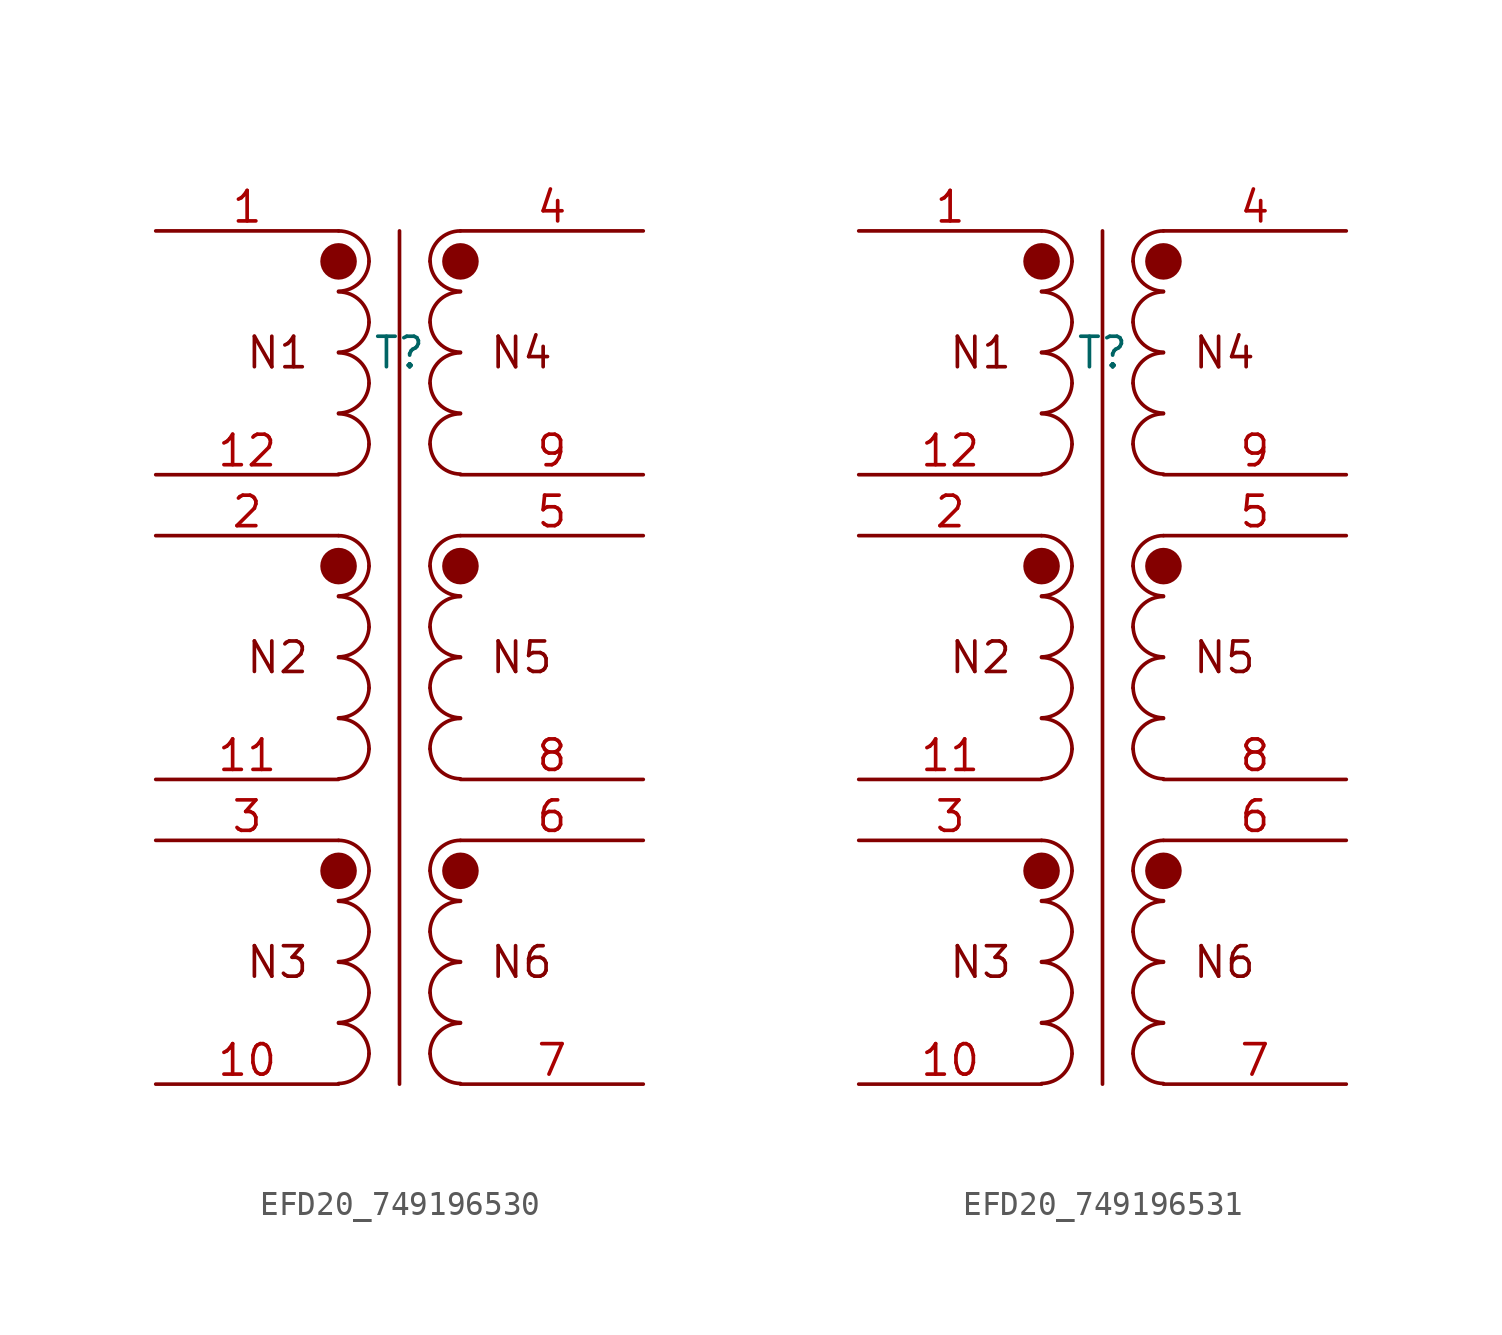
<source format=kicad_sym>
(kicad_symbol_lib
  (version 20220914)
  (generator kicad_symbol_editor)
  (symbol "EFD20_749196530"
    (pin_names hide)
    (property "Reference" "T"
      (at 0 12.7 0)
      (effects (font (size 1.27 1.27))))
    (property "Critical Parameter" ""
      (at 0 -5.08 0)
      (effects (font (size 1.27 1.27)) (justify left)))
    (symbol "EFD20_749196530_0_1"
      (arc (start -2.54 -17.7546) (mid -1.6561 -17.3863) (end -1.27 -16.51) (stroke (width 0) (type default)) (fill (type none)))
      (arc (start -2.54 -15.2146) (mid -1.6561 -14.8463) (end -1.27 -13.97) (stroke (width 0) (type default)) (fill (type none)))
      (arc (start -2.54 -12.6746) (mid -1.6561 -12.3063) (end -1.27 -11.43) (stroke (width 0) (type default)) (fill (type none)))
      (arc (start -2.54 -10.1346) (mid -1.6561 -9.7663) (end -1.27 -8.89) (stroke (width 0) (type default)) (fill (type none)))
      (arc (start -2.54 -5.0546) (mid -1.6561 -4.6863) (end -1.27 -3.81) (stroke (width 0) (type default)) (fill (type none)))
      (arc (start -2.54 -2.5146) (mid -1.6561 -2.1463) (end -1.27 -1.27) (stroke (width 0) (type default)) (fill (type none)))
      (arc (start -2.54 0.0254) (mid -1.6561 0.3937) (end -1.27 1.27) (stroke (width 0) (type default)) (fill (type none)))
      (arc (start -2.54 2.5654) (mid -1.6561 2.9337) (end -1.27 3.81) (stroke (width 0) (type default)) (fill (type none)))
      (arc (start -2.54 7.6454) (mid -1.6561 8.0137) (end -1.27 8.89) (stroke (width 0) (type default)) (fill (type none)))
      (arc (start -2.54 10.1854) (mid -1.6561 10.5537) (end -1.27 11.43) (stroke (width 0) (type default)) (fill (type none)))
      (arc (start -2.54 12.7254) (mid -1.6561 13.0937) (end -1.27 13.97) (stroke (width 0) (type default)) (fill (type none)))
      (arc (start -2.54 15.2654) (mid -1.6561 15.6337) (end -1.27 16.51) (stroke (width 0) (type default)) (fill (type none)))
      (arc (start -1.27 -16.51) (mid -1.642 -15.612) (end -2.54 -15.24) (stroke (width 0) (type default)) (fill (type none)))
      (arc (start -1.27 -13.97) (mid -1.642 -13.072) (end -2.54 -12.7) (stroke (width 0) (type default)) (fill (type none)))
      (arc (start -1.27 -11.43) (mid -1.642 -10.532) (end -2.54 -10.16) (stroke (width 0) (type default)) (fill (type none)))
      (arc (start -1.27 -8.89) (mid -1.642 -7.992) (end -2.54 -7.62) (stroke (width 0) (type default)) (fill (type none)))
      (arc (start -1.27 -3.81) (mid -1.642 -2.912) (end -2.54 -2.54) (stroke (width 0) (type default)) (fill (type none)))
      (arc (start -1.27 -1.27) (mid -1.642 -0.372) (end -2.54 0) (stroke (width 0) (type default)) (fill (type none)))
      (arc (start -1.27 1.27) (mid -1.642 2.168) (end -2.54 2.54) (stroke (width 0) (type default)) (fill (type none)))
      (arc (start -1.27 3.81) (mid -1.642 4.708) (end -2.54 5.08) (stroke (width 0) (type default)) (fill (type none)))
      (arc (start -1.27 8.89) (mid -1.642 9.788) (end -2.54 10.16) (stroke (width 0) (type default)) (fill (type none)))
      (arc (start -1.27 11.43) (mid -1.642 12.328) (end -2.54 12.7) (stroke (width 0) (type default)) (fill (type none)))
      (arc (start -1.27 13.97) (mid -1.642 14.868) (end -2.54 15.24) (stroke (width 0) (type default)) (fill (type none)))
      (arc (start -1.27 16.51) (mid -1.642 17.408) (end -2.54 17.78) (stroke (width 0) (type default)) (fill (type none)))
      (polyline (pts (xy 0 -17.78) (xy 0 17.78)) (stroke (width 0) (type default)) (fill (type none)))
      (arc (start 1.27 -16.51) (mid 1.6561 -17.3863) (end 2.54 -17.7546) (stroke (width 0) (type default)) (fill (type none)))
      (arc (start 1.27 -13.97) (mid 1.6561 -14.8463) (end 2.54 -15.2146) (stroke (width 0) (type default)) (fill (type none)))
      (arc (start 1.27 -11.43) (mid 1.6561 -12.3063) (end 2.54 -12.6746) (stroke (width 0) (type default)) (fill (type none)))
      (arc (start 1.27 -8.89) (mid 1.6561 -9.7663) (end 2.54 -10.1346) (stroke (width 0) (type default)) (fill (type none)))
      (arc (start 1.27 -3.81) (mid 1.6561 -4.6863) (end 2.54 -5.0546) (stroke (width 0) (type default)) (fill (type none)))
      (arc (start 1.27 -1.27) (mid 1.6561 -2.1463) (end 2.54 -2.5146) (stroke (width 0) (type default)) (fill (type none)))
      (arc (start 1.27 1.27) (mid 1.6561 0.3937) (end 2.54 0.0254) (stroke (width 0) (type default)) (fill (type none)))
      (arc (start 1.27 3.81) (mid 1.6561 2.9337) (end 2.54 2.5654) (stroke (width 0) (type default)) (fill (type none)))
      (arc (start 1.27 8.89) (mid 1.6561 8.0137) (end 2.54 7.6454) (stroke (width 0) (type default)) (fill (type none)))
      (arc (start 1.27 11.43) (mid 1.6561 10.5537) (end 2.54 10.1854) (stroke (width 0) (type default)) (fill (type none)))
      (arc (start 1.27 13.97) (mid 1.6561 13.0937) (end 2.54 12.7254) (stroke (width 0) (type default)) (fill (type none)))
      (arc (start 1.27 16.51) (mid 1.6561 15.6337) (end 2.54 15.2654) (stroke (width 0) (type default)) (fill (type none)))
      (arc (start 2.54 -15.24) (mid 1.642 -15.612) (end 1.27 -16.51) (stroke (width 0) (type default)) (fill (type none)))
      (arc (start 2.54 -12.7) (mid 1.642 -13.072) (end 1.27 -13.97) (stroke (width 0) (type default)) (fill (type none)))
      (arc (start 2.54 -10.16) (mid 1.642 -10.532) (end 1.27 -11.43) (stroke (width 0) (type default)) (fill (type none)))
      (arc (start 2.54 -7.62) (mid 1.642 -7.992) (end 1.27 -8.89) (stroke (width 0) (type default)) (fill (type none)))
      (arc (start 2.54 -2.54) (mid 1.642 -2.912) (end 1.27 -3.81) (stroke (width 0) (type default)) (fill (type none)))
      (arc (start 2.54 0) (mid 1.642 -0.372) (end 1.27 -1.27) (stroke (width 0) (type default)) (fill (type none)))
      (arc (start 2.54 2.54) (mid 1.642 2.168) (end 1.27 1.27) (stroke (width 0) (type default)) (fill (type none)))
      (arc (start 2.54 5.08) (mid 1.642 4.708) (end 1.27 3.81) (stroke (width 0) (type default)) (fill (type none)))
      (arc (start 2.54 10.16) (mid 1.642 9.788) (end 1.27 8.89) (stroke (width 0) (type default)) (fill (type none)))
      (arc (start 2.54 12.7) (mid 1.642 12.328) (end 1.27 11.43) (stroke (width 0) (type default)) (fill (type none)))
      (arc (start 2.54 15.24) (mid 1.642 14.868) (end 1.27 13.97) (stroke (width 0) (type default)) (fill (type none)))
      (arc (start 2.54 17.78) (mid 1.642 17.408) (end 1.27 16.51) (stroke (width 0) (type default)) (fill (type none))))
    (symbol "EFD20_749196530_1_1"
      (circle (center -2.54 -8.89) (radius 0.0001) (stroke (width 0.762) (type default)) (fill (type none)))
      (circle (center -2.54 3.81) (radius 0.0001) (stroke (width 0.762) (type default)) (fill (type none)))
      (circle (center -2.54 16.51) (radius 0.0001) (stroke (width 0.762) (type default)) (fill (type none)))
      (circle (center 2.54 -8.89) (radius 0.0001) (stroke (width 0.762) (type default)) (fill (type none)))
      (circle (center 2.54 3.81) (radius 0.0001) (stroke (width 0.762) (type default)) (fill (type none)))
      (circle (center 2.54 16.51) (radius 0.0001) (stroke (width 0.762) (type default)) (fill (type none)))
      (text "N1" (at -5.08 12.7 0) (effects (font (size 1.27 1.27))))
      (text "N2" (at -5.08 0 0) (effects (font (size 1.27 1.27))))
      (text "N3" (at -5.08 -12.7 0) (effects (font (size 1.27 1.27))))
      (text "N4" (at 5.08 12.7 0) (effects (font (size 1.27 1.27))))
      (text "N5" (at 5.08 0 0) (effects (font (size 1.27 1.27))))
      (text "N6" (at 5.08 -12.7 0) (effects (font (size 1.27 1.27))))
      (pin passive line (at -10.16 17.78 0) (length 7.62) (name "1" (effects (font (size 1.27 1.27)))) (number "1" (effects (font (size 1.27 1.27)))))
      (pin passive line (at -10.16 7.62 0) (length 7.62) (name "12" (effects (font (size 1.27 1.27)))) (number "12" (effects (font (size 1.27 1.27)))))
      (pin passive line (at -10.16 5.08 0) (length 7.62) (name "2" (effects (font (size 1.27 1.27)))) (number "2" (effects (font (size 1.27 1.27)))))
      (pin passive line (at -10.16 -5.08 0) (length 7.62) (name "11" (effects (font (size 1.27 1.27)))) (number "11" (effects (font (size 1.27 1.27)))))
      (pin passive line (at -10.16 -7.62 0) (length 7.62) (name "3" (effects (font (size 1.27 1.27)))) (number "3" (effects (font (size 1.27 1.27)))))
      (pin passive line (at -10.16 -17.78 0) (length 7.62) (name "10" (effects (font (size 1.27 1.27)))) (number "10" (effects (font (size 1.27 1.27)))))
      (pin passive line (at 10.16 -17.78 180) (length 7.62) (name "7" (effects (font (size 1.27 1.27)))) (number "7" (effects (font (size 1.27 1.27)))))
      (pin passive line (at 10.16 -7.62 180) (length 7.62) (name "6" (effects (font (size 1.27 1.27)))) (number "6" (effects (font (size 1.27 1.27)))))
      (pin passive line (at 10.16 -5.08 180) (length 7.62) (name "8" (effects (font (size 1.27 1.27)))) (number "8" (effects (font (size 1.27 1.27)))))
      (pin passive line (at 10.16 5.08 180) (length 7.62) (name "5" (effects (font (size 1.27 1.27)))) (number "5" (effects (font (size 1.27 1.27)))))
      (pin passive line (at 10.16 7.62 180) (length 7.62) (name "9" (effects (font (size 1.27 1.27)))) (number "9" (effects (font (size 1.27 1.27)))))
      (pin passive line (at 10.16 17.78 180) (length 7.62) (name "4" (effects (font (size 1.27 1.27)))) (number "4" (effects (font (size 1.27 1.27)))))))
  (symbol "EFD20_749196531"
    (pin_names hide)
    (property "Reference" "T"
      (at 0 12.7 0)
      (effects (font (size 1.27 1.27))))
    (property "Critical Parameter" ""
      (at 0 -5.08 0)
      (effects (font (size 1.27 1.27)) (justify left)))
    (symbol "EFD20_749196531_0_1"
      (arc (start -2.54 -17.7546) (mid -1.6561 -17.3863) (end -1.27 -16.51) (stroke (width 0) (type default)) (fill (type none)))
      (arc (start -2.54 -15.2146) (mid -1.6561 -14.8463) (end -1.27 -13.97) (stroke (width 0) (type default)) (fill (type none)))
      (arc (start -2.54 -12.6746) (mid -1.6561 -12.3063) (end -1.27 -11.43) (stroke (width 0) (type default)) (fill (type none)))
      (arc (start -2.54 -10.1346) (mid -1.6561 -9.7663) (end -1.27 -8.89) (stroke (width 0) (type default)) (fill (type none)))
      (arc (start -2.54 -5.0546) (mid -1.6561 -4.6863) (end -1.27 -3.81) (stroke (width 0) (type default)) (fill (type none)))
      (arc (start -2.54 -2.5146) (mid -1.6561 -2.1463) (end -1.27 -1.27) (stroke (width 0) (type default)) (fill (type none)))
      (arc (start -2.54 0.0254) (mid -1.6561 0.3937) (end -1.27 1.27) (stroke (width 0) (type default)) (fill (type none)))
      (arc (start -2.54 2.5654) (mid -1.6561 2.9337) (end -1.27 3.81) (stroke (width 0) (type default)) (fill (type none)))
      (arc (start -2.54 7.6454) (mid -1.6561 8.0137) (end -1.27 8.89) (stroke (width 0) (type default)) (fill (type none)))
      (arc (start -2.54 10.1854) (mid -1.6561 10.5537) (end -1.27 11.43) (stroke (width 0) (type default)) (fill (type none)))
      (arc (start -2.54 12.7254) (mid -1.6561 13.0937) (end -1.27 13.97) (stroke (width 0) (type default)) (fill (type none)))
      (arc (start -2.54 15.2654) (mid -1.6561 15.6337) (end -1.27 16.51) (stroke (width 0) (type default)) (fill (type none)))
      (arc (start -1.27 -16.51) (mid -1.642 -15.612) (end -2.54 -15.24) (stroke (width 0) (type default)) (fill (type none)))
      (arc (start -1.27 -13.97) (mid -1.642 -13.072) (end -2.54 -12.7) (stroke (width 0) (type default)) (fill (type none)))
      (arc (start -1.27 -11.43) (mid -1.642 -10.532) (end -2.54 -10.16) (stroke (width 0) (type default)) (fill (type none)))
      (arc (start -1.27 -8.89) (mid -1.642 -7.992) (end -2.54 -7.62) (stroke (width 0) (type default)) (fill (type none)))
      (arc (start -1.27 -3.81) (mid -1.642 -2.912) (end -2.54 -2.54) (stroke (width 0) (type default)) (fill (type none)))
      (arc (start -1.27 -1.27) (mid -1.642 -0.372) (end -2.54 0) (stroke (width 0) (type default)) (fill (type none)))
      (arc (start -1.27 1.27) (mid -1.642 2.168) (end -2.54 2.54) (stroke (width 0) (type default)) (fill (type none)))
      (arc (start -1.27 3.81) (mid -1.642 4.708) (end -2.54 5.08) (stroke (width 0) (type default)) (fill (type none)))
      (arc (start -1.27 8.89) (mid -1.642 9.788) (end -2.54 10.16) (stroke (width 0) (type default)) (fill (type none)))
      (arc (start -1.27 11.43) (mid -1.642 12.328) (end -2.54 12.7) (stroke (width 0) (type default)) (fill (type none)))
      (arc (start -1.27 13.97) (mid -1.642 14.868) (end -2.54 15.24) (stroke (width 0) (type default)) (fill (type none)))
      (arc (start -1.27 16.51) (mid -1.642 17.408) (end -2.54 17.78) (stroke (width 0) (type default)) (fill (type none)))
      (polyline (pts (xy 0 -17.78) (xy 0 17.78)) (stroke (width 0) (type default)) (fill (type none)))
      (arc (start 1.27 -16.51) (mid 1.6561 -17.3863) (end 2.54 -17.7546) (stroke (width 0) (type default)) (fill (type none)))
      (arc (start 1.27 -13.97) (mid 1.6561 -14.8463) (end 2.54 -15.2146) (stroke (width 0) (type default)) (fill (type none)))
      (arc (start 1.27 -11.43) (mid 1.6561 -12.3063) (end 2.54 -12.6746) (stroke (width 0) (type default)) (fill (type none)))
      (arc (start 1.27 -8.89) (mid 1.6561 -9.7663) (end 2.54 -10.1346) (stroke (width 0) (type default)) (fill (type none)))
      (arc (start 1.27 -3.81) (mid 1.6561 -4.6863) (end 2.54 -5.0546) (stroke (width 0) (type default)) (fill (type none)))
      (arc (start 1.27 -1.27) (mid 1.6561 -2.1463) (end 2.54 -2.5146) (stroke (width 0) (type default)) (fill (type none)))
      (arc (start 1.27 1.27) (mid 1.6561 0.3937) (end 2.54 0.0254) (stroke (width 0) (type default)) (fill (type none)))
      (arc (start 1.27 3.81) (mid 1.6561 2.9337) (end 2.54 2.5654) (stroke (width 0) (type default)) (fill (type none)))
      (arc (start 1.27 8.89) (mid 1.6561 8.0137) (end 2.54 7.6454) (stroke (width 0) (type default)) (fill (type none)))
      (arc (start 1.27 11.43) (mid 1.6561 10.5537) (end 2.54 10.1854) (stroke (width 0) (type default)) (fill (type none)))
      (arc (start 1.27 13.97) (mid 1.6561 13.0937) (end 2.54 12.7254) (stroke (width 0) (type default)) (fill (type none)))
      (arc (start 1.27 16.51) (mid 1.6561 15.6337) (end 2.54 15.2654) (stroke (width 0) (type default)) (fill (type none)))
      (arc (start 2.54 -15.24) (mid 1.642 -15.612) (end 1.27 -16.51) (stroke (width 0) (type default)) (fill (type none)))
      (arc (start 2.54 -12.7) (mid 1.642 -13.072) (end 1.27 -13.97) (stroke (width 0) (type default)) (fill (type none)))
      (arc (start 2.54 -10.16) (mid 1.642 -10.532) (end 1.27 -11.43) (stroke (width 0) (type default)) (fill (type none)))
      (arc (start 2.54 -7.62) (mid 1.642 -7.992) (end 1.27 -8.89) (stroke (width 0) (type default)) (fill (type none)))
      (arc (start 2.54 -2.54) (mid 1.642 -2.912) (end 1.27 -3.81) (stroke (width 0) (type default)) (fill (type none)))
      (arc (start 2.54 0) (mid 1.642 -0.372) (end 1.27 -1.27) (stroke (width 0) (type default)) (fill (type none)))
      (arc (start 2.54 2.54) (mid 1.642 2.168) (end 1.27 1.27) (stroke (width 0) (type default)) (fill (type none)))
      (arc (start 2.54 5.08) (mid 1.642 4.708) (end 1.27 3.81) (stroke (width 0) (type default)) (fill (type none)))
      (arc (start 2.54 10.16) (mid 1.642 9.788) (end 1.27 8.89) (stroke (width 0) (type default)) (fill (type none)))
      (arc (start 2.54 12.7) (mid 1.642 12.328) (end 1.27 11.43) (stroke (width 0) (type default)) (fill (type none)))
      (arc (start 2.54 15.24) (mid 1.642 14.868) (end 1.27 13.97) (stroke (width 0) (type default)) (fill (type none)))
      (arc (start 2.54 17.78) (mid 1.642 17.408) (end 1.27 16.51) (stroke (width 0) (type default)) (fill (type none))))
    (symbol "EFD20_749196531_1_1"
      (circle (center -2.54 -8.89) (radius 0.0001) (stroke (width 0.762) (type default)) (fill (type none)))
      (circle (center -2.54 3.81) (radius 0.0001) (stroke (width 0.762) (type default)) (fill (type none)))
      (circle (center -2.54 16.51) (radius 0.0001) (stroke (width 0.762) (type default)) (fill (type none)))
      (circle (center 2.54 -8.89) (radius 0.0001) (stroke (width 0.762) (type default)) (fill (type none)))
      (circle (center 2.54 3.81) (radius 0.0001) (stroke (width 0.762) (type default)) (fill (type none)))
      (circle (center 2.54 16.51) (radius 0.0001) (stroke (width 0.762) (type default)) (fill (type none)))
      (text "N1" (at -5.08 12.7 0) (effects (font (size 1.27 1.27))))
      (text "N2" (at -5.08 0 0) (effects (font (size 1.27 1.27))))
      (text "N3" (at -5.08 -12.7 0) (effects (font (size 1.27 1.27))))
      (text "N4" (at 5.08 12.7 0) (effects (font (size 1.27 1.27))))
      (text "N5" (at 5.08 0 0) (effects (font (size 1.27 1.27))))
      (text "N6" (at 5.08 -12.7 0) (effects (font (size 1.27 1.27))))
      (pin passive line (at -10.16 17.78 0) (length 7.62) (name "1" (effects (font (size 1.27 1.27)))) (number "1" (effects (font (size 1.27 1.27)))))
      (pin passive line (at -10.16 7.62 0) (length 7.62) (name "12" (effects (font (size 1.27 1.27)))) (number "12" (effects (font (size 1.27 1.27)))))
      (pin passive line (at -10.16 5.08 0) (length 7.62) (name "2" (effects (font (size 1.27 1.27)))) (number "2" (effects (font (size 1.27 1.27)))))
      (pin passive line (at -10.16 -5.08 0) (length 7.62) (name "11" (effects (font (size 1.27 1.27)))) (number "11" (effects (font (size 1.27 1.27)))))
      (pin passive line (at -10.16 -7.62 0) (length 7.62) (name "3" (effects (font (size 1.27 1.27)))) (number "3" (effects (font (size 1.27 1.27)))))
      (pin passive line (at -10.16 -17.78 0) (length 7.62) (name "10" (effects (font (size 1.27 1.27)))) (number "10" (effects (font (size 1.27 1.27)))))
      (pin passive line (at 10.16 -17.78 180) (length 7.62) (name "7" (effects (font (size 1.27 1.27)))) (number "7" (effects (font (size 1.27 1.27)))))
      (pin passive line (at 10.16 -7.62 180) (length 7.62) (name "6" (effects (font (size 1.27 1.27)))) (number "6" (effects (font (size 1.27 1.27)))))
      (pin passive line (at 10.16 -5.08 180) (length 7.62) (name "8" (effects (font (size 1.27 1.27)))) (number "8" (effects (font (size 1.27 1.27)))))
      (pin passive line (at 10.16 5.08 180) (length 7.62) (name "5" (effects (font (size 1.27 1.27)))) (number "5" (effects (font (size 1.27 1.27)))))
      (pin passive line (at 10.16 7.62 180) (length 7.62) (name "9" (effects (font (size 1.27 1.27)))) (number "9" (effects (font (size 1.27 1.27)))))
      (pin passive line (at 10.16 17.78 180) (length 7.62) (name "4" (effects (font (size 1.27 1.27)))) (number "4" (effects (font (size 1.27 1.27))))))))
</source>
